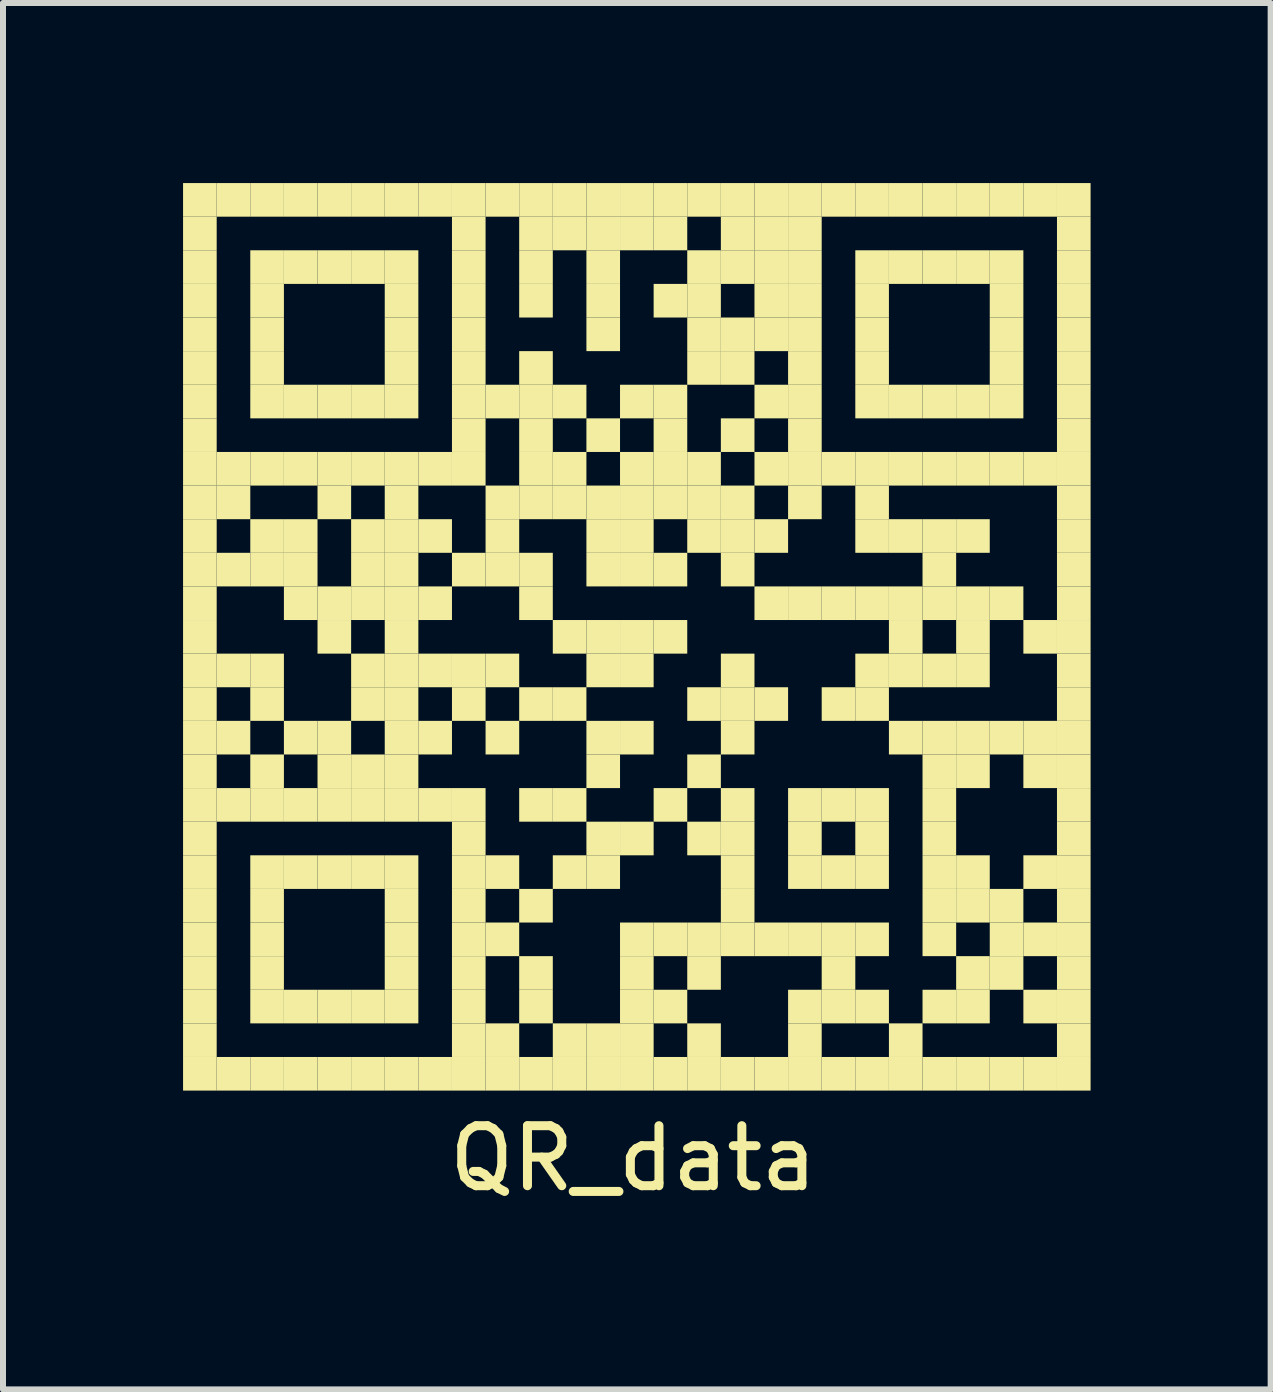
<source format=kicad_pcb>
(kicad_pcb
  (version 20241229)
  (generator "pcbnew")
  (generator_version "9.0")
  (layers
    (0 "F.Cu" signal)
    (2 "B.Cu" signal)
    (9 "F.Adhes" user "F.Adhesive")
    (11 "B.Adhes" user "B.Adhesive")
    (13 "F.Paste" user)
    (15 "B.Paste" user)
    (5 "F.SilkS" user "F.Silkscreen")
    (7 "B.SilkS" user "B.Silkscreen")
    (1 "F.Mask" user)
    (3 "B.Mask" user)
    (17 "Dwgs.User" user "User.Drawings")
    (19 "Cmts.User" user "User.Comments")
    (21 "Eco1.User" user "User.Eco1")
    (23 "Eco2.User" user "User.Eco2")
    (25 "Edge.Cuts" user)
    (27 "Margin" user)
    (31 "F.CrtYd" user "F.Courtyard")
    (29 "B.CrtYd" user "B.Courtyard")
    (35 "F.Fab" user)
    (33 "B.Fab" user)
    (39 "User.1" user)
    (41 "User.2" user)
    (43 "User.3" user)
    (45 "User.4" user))
  (footprint "QR_data"
    (layer "F.Cu")
    (at 7.5 7.5)
    (property "Reference" "QR_data" (at 0 8.75 0) (layer "F.SilkS") (effects (font (size 1 1) (thickness 0.15))))
    (attr exclude_from_pos_files exclude_from_bom allow_missing_courtyard)
    (fp_poly (pts (xy -7.5 -7.5) (xy -7.5 -6.94) (xy -6.94 -6.94) (xy -6.94 -7.5)) (stroke (width 0) (type solid)) (fill yes) (layer "F.SilkS"))
    (fp_poly (pts (xy -7.5 -6.94) (xy -7.5 -6.38) (xy -6.94 -6.38) (xy -6.94 -6.94)) (stroke (width 0) (type solid)) (fill yes) (layer "F.SilkS"))
    (fp_poly (pts (xy -7.5 -6.38) (xy -7.5 -5.82) (xy -6.94 -5.82) (xy -6.94 -6.38)) (stroke (width 0) (type solid)) (fill yes) (layer "F.SilkS"))
    (fp_poly (pts (xy -7.5 -5.82) (xy -7.5 -5.26) (xy -6.94 -5.26) (xy -6.94 -5.82)) (stroke (width 0) (type solid)) (fill yes) (layer "F.SilkS"))
    (fp_poly (pts (xy -7.5 -5.26) (xy -7.5 -4.7) (xy -6.94 -4.7) (xy -6.94 -5.26)) (stroke (width 0) (type solid)) (fill yes) (layer "F.SilkS"))
    (fp_poly (pts (xy -7.5 -4.7) (xy -7.5 -4.14) (xy -6.94 -4.14) (xy -6.94 -4.7)) (stroke (width 0) (type solid)) (fill yes) (layer "F.SilkS"))
    (fp_poly (pts (xy -7.5 -4.14) (xy -7.5 -3.58) (xy -6.94 -3.58) (xy -6.94 -4.14)) (stroke (width 0) (type solid)) (fill yes) (layer "F.SilkS"))
    (fp_poly (pts (xy -7.5 -3.58) (xy -7.5 -3.02) (xy -6.94 -3.02) (xy -6.94 -3.58)) (stroke (width 0) (type solid)) (fill yes) (layer "F.SilkS"))
    (fp_poly (pts (xy -7.5 -3.02) (xy -7.5 -2.46) (xy -6.94 -2.46) (xy -6.94 -3.02)) (stroke (width 0) (type solid)) (fill yes) (layer "F.SilkS"))
    (fp_poly (pts (xy -7.5 -2.46) (xy -7.5 -1.9) (xy -6.94 -1.9) (xy -6.94 -2.46)) (stroke (width 0) (type solid)) (fill yes) (layer "F.SilkS"))
    (fp_poly (pts (xy -7.5 -1.9) (xy -7.5 -1.34) (xy -6.94 -1.34) (xy -6.94 -1.9)) (stroke (width 0) (type solid)) (fill yes) (layer "F.SilkS"))
    (fp_poly (pts (xy -7.5 -1.34) (xy -7.5 -0.78) (xy -6.94 -0.78) (xy -6.94 -1.34)) (stroke (width 0) (type solid)) (fill yes) (layer "F.SilkS"))
    (fp_poly (pts (xy -7.5 -0.78) (xy -7.5 -0.22) (xy -6.94 -0.22) (xy -6.94 -0.78)) (stroke (width 0) (type solid)) (fill yes) (layer "F.SilkS"))
    (fp_poly (pts (xy -7.5 -0.22) (xy -7.5 0.34) (xy -6.94 0.34) (xy -6.94 -0.22)) (stroke (width 0) (type solid)) (fill yes) (layer "F.SilkS"))
    (fp_poly (pts (xy -7.5 0.34) (xy -7.5 0.9) (xy -6.94 0.9) (xy -6.94 0.34)) (stroke (width 0) (type solid)) (fill yes) (layer "F.SilkS"))
    (fp_poly (pts (xy -7.5 0.9) (xy -7.5 1.46) (xy -6.94 1.46) (xy -6.94 0.9)) (stroke (width 0) (type solid)) (fill yes) (layer "F.SilkS"))
    (fp_poly (pts (xy -7.5 1.46) (xy -7.5 2.02) (xy -6.94 2.02) (xy -6.94 1.46)) (stroke (width 0) (type solid)) (fill yes) (layer "F.SilkS"))
    (fp_poly (pts (xy -7.5 2.02) (xy -7.5 2.58) (xy -6.94 2.58) (xy -6.94 2.02)) (stroke (width 0) (type solid)) (fill yes) (layer "F.SilkS"))
    (fp_poly (pts (xy -7.5 2.58) (xy -7.5 3.14) (xy -6.94 3.14) (xy -6.94 2.58)) (stroke (width 0) (type solid)) (fill yes) (layer "F.SilkS"))
    (fp_poly (pts (xy -7.5 3.14) (xy -7.5 3.7) (xy -6.94 3.7) (xy -6.94 3.14)) (stroke (width 0) (type solid)) (fill yes) (layer "F.SilkS"))
    (fp_poly (pts (xy -7.5 3.7) (xy -7.5 4.26) (xy -6.94 4.26) (xy -6.94 3.7)) (stroke (width 0) (type solid)) (fill yes) (layer "F.SilkS"))
    (fp_poly (pts (xy -7.5 4.26) (xy -7.5 4.82) (xy -6.94 4.82) (xy -6.94 4.26)) (stroke (width 0) (type solid)) (fill yes) (layer "F.SilkS"))
    (fp_poly (pts (xy -7.5 4.82) (xy -7.5 5.38) (xy -6.94 5.38) (xy -6.94 4.82)) (stroke (width 0) (type solid)) (fill yes) (layer "F.SilkS"))
    (fp_poly (pts (xy -7.5 5.38) (xy -7.5 5.94) (xy -6.94 5.94) (xy -6.94 5.38)) (stroke (width 0) (type solid)) (fill yes) (layer "F.SilkS"))
    (fp_poly (pts (xy -7.5 5.94) (xy -7.5 6.5) (xy -6.94 6.5) (xy -6.94 5.94)) (stroke (width 0) (type solid)) (fill yes) (layer "F.SilkS"))
    (fp_poly (pts (xy -7.5 6.5) (xy -7.5 7.06) (xy -6.94 7.06) (xy -6.94 6.5)) (stroke (width 0) (type solid)) (fill yes) (layer "F.SilkS"))
    (fp_poly (pts (xy -7.5 7.06) (xy -7.5 7.62) (xy -6.94 7.62) (xy -6.94 7.06)) (stroke (width 0) (type solid)) (fill yes) (layer "F.SilkS"))
    (fp_poly (pts (xy -6.94 -7.5) (xy -6.94 -6.94) (xy -6.38 -6.94) (xy -6.38 -7.5)) (stroke (width 0) (type solid)) (fill yes) (layer "F.SilkS"))
    (fp_poly (pts (xy -6.94 -3.02) (xy -6.94 -2.46) (xy -6.38 -2.46) (xy -6.38 -3.02)) (stroke (width 0) (type solid)) (fill yes) (layer "F.SilkS"))
    (fp_poly (pts (xy -6.94 -2.46) (xy -6.94 -1.9) (xy -6.38 -1.9) (xy -6.38 -2.46)) (stroke (width 0) (type solid)) (fill yes) (layer "F.SilkS"))
    (fp_poly (pts (xy -6.94 -1.34) (xy -6.94 -0.78) (xy -6.38 -0.78) (xy -6.38 -1.34)) (stroke (width 0) (type solid)) (fill yes) (layer "F.SilkS"))
    (fp_poly (pts (xy -6.94 0.34) (xy -6.94 0.9) (xy -6.38 0.9) (xy -6.38 0.34)) (stroke (width 0) (type solid)) (fill yes) (layer "F.SilkS"))
    (fp_poly (pts (xy -6.94 1.46) (xy -6.94 2.02) (xy -6.38 2.02) (xy -6.38 1.46)) (stroke (width 0) (type solid)) (fill yes) (layer "F.SilkS"))
    (fp_poly (pts (xy -6.94 2.58) (xy -6.94 3.14) (xy -6.38 3.14) (xy -6.38 2.58)) (stroke (width 0) (type solid)) (fill yes) (layer "F.SilkS"))
    (fp_poly (pts (xy -6.94 7.06) (xy -6.94 7.62) (xy -6.38 7.62) (xy -6.38 7.06)) (stroke (width 0) (type solid)) (fill yes) (layer "F.SilkS"))
    (fp_poly (pts (xy -6.38 -7.5) (xy -6.38 -6.94) (xy -5.82 -6.94) (xy -5.82 -7.5)) (stroke (width 0) (type solid)) (fill yes) (layer "F.SilkS"))
    (fp_poly (pts (xy -6.38 -6.38) (xy -6.38 -5.82) (xy -5.82 -5.82) (xy -5.82 -6.38)) (stroke (width 0) (type solid)) (fill yes) (layer "F.SilkS"))
    (fp_poly (pts (xy -6.38 -5.82) (xy -6.38 -5.26) (xy -5.82 -5.26) (xy -5.82 -5.82)) (stroke (width 0) (type solid)) (fill yes) (layer "F.SilkS"))
    (fp_poly (pts (xy -6.38 -5.26) (xy -6.38 -4.7) (xy -5.82 -4.7) (xy -5.82 -5.26)) (stroke (width 0) (type solid)) (fill yes) (layer "F.SilkS"))
    (fp_poly (pts (xy -6.38 -4.7) (xy -6.38 -4.14) (xy -5.82 -4.14) (xy -5.82 -4.7)) (stroke (width 0) (type solid)) (fill yes) (layer "F.SilkS"))
    (fp_poly (pts (xy -6.38 -4.14) (xy -6.38 -3.58) (xy -5.82 -3.58) (xy -5.82 -4.14)) (stroke (width 0) (type solid)) (fill yes) (layer "F.SilkS"))
    (fp_poly (pts (xy -6.38 -3.02) (xy -6.38 -2.46) (xy -5.82 -2.46) (xy -5.82 -3.02)) (stroke (width 0) (type solid)) (fill yes) (layer "F.SilkS"))
    (fp_poly (pts (xy -6.38 -1.9) (xy -6.38 -1.34) (xy -5.82 -1.34) (xy -5.82 -1.9)) (stroke (width 0) (type solid)) (fill yes) (layer "F.SilkS"))
    (fp_poly (pts (xy -6.38 -1.34) (xy -6.38 -0.78) (xy -5.82 -0.78) (xy -5.82 -1.34)) (stroke (width 0) (type solid)) (fill yes) (layer "F.SilkS"))
    (fp_poly (pts (xy -6.38 0.34) (xy -6.38 0.9) (xy -5.82 0.9) (xy -5.82 0.34)) (stroke (width 0) (type solid)) (fill yes) (layer "F.SilkS"))
    (fp_poly (pts (xy -6.38 0.9) (xy -6.38 1.46) (xy -5.82 1.46) (xy -5.82 0.9)) (stroke (width 0) (type solid)) (fill yes) (layer "F.SilkS"))
    (fp_poly (pts (xy -6.38 2.02) (xy -6.38 2.58) (xy -5.82 2.58) (xy -5.82 2.02)) (stroke (width 0) (type solid)) (fill yes) (layer "F.SilkS"))
    (fp_poly (pts (xy -6.38 2.58) (xy -6.38 3.14) (xy -5.82 3.14) (xy -5.82 2.58)) (stroke (width 0) (type solid)) (fill yes) (layer "F.SilkS"))
    (fp_poly (pts (xy -6.38 3.7) (xy -6.38 4.26) (xy -5.82 4.26) (xy -5.82 3.7)) (stroke (width 0) (type solid)) (fill yes) (layer "F.SilkS"))
    (fp_poly (pts (xy -6.38 4.26) (xy -6.38 4.82) (xy -5.82 4.82) (xy -5.82 4.26)) (stroke (width 0) (type solid)) (fill yes) (layer "F.SilkS"))
    (fp_poly (pts (xy -6.38 4.82) (xy -6.38 5.38) (xy -5.82 5.38) (xy -5.82 4.82)) (stroke (width 0) (type solid)) (fill yes) (layer "F.SilkS"))
    (fp_poly (pts (xy -6.38 5.38) (xy -6.38 5.94) (xy -5.82 5.94) (xy -5.82 5.38)) (stroke (width 0) (type solid)) (fill yes) (layer "F.SilkS"))
    (fp_poly (pts (xy -6.38 5.94) (xy -6.38 6.5) (xy -5.82 6.5) (xy -5.82 5.94)) (stroke (width 0) (type solid)) (fill yes) (layer "F.SilkS"))
    (fp_poly (pts (xy -6.38 7.06) (xy -6.38 7.62) (xy -5.82 7.62) (xy -5.82 7.06)) (stroke (width 0) (type solid)) (fill yes) (layer "F.SilkS"))
    (fp_poly (pts (xy -5.82 -7.5) (xy -5.82 -6.94) (xy -5.26 -6.94) (xy -5.26 -7.5)) (stroke (width 0) (type solid)) (fill yes) (layer "F.SilkS"))
    (fp_poly (pts (xy -5.82 -6.38) (xy -5.82 -5.82) (xy -5.26 -5.82) (xy -5.26 -6.38)) (stroke (width 0) (type solid)) (fill yes) (layer "F.SilkS"))
    (fp_poly (pts (xy -5.82 -4.14) (xy -5.82 -3.58) (xy -5.26 -3.58) (xy -5.26 -4.14)) (stroke (width 0) (type solid)) (fill yes) (layer "F.SilkS"))
    (fp_poly (pts (xy -5.82 -3.02) (xy -5.82 -2.46) (xy -5.26 -2.46) (xy -5.26 -3.02)) (stroke (width 0) (type solid)) (fill yes) (layer "F.SilkS"))
    (fp_poly (pts (xy -5.82 -1.9) (xy -5.82 -1.34) (xy -5.26 -1.34) (xy -5.26 -1.9)) (stroke (width 0) (type solid)) (fill yes) (layer "F.SilkS"))
    (fp_poly (pts (xy -5.82 -1.34) (xy -5.82 -0.78) (xy -5.26 -0.78) (xy -5.26 -1.34)) (stroke (width 0) (type solid)) (fill yes) (layer "F.SilkS"))
    (fp_poly (pts (xy -5.82 -0.78) (xy -5.82 -0.22) (xy -5.26 -0.22) (xy -5.26 -0.78)) (stroke (width 0) (type solid)) (fill yes) (layer "F.SilkS"))
    (fp_poly (pts (xy -5.82 1.46) (xy -5.82 2.02) (xy -5.26 2.02) (xy -5.26 1.46)) (stroke (width 0) (type solid)) (fill yes) (layer "F.SilkS"))
    (fp_poly (pts (xy -5.82 2.58) (xy -5.82 3.14) (xy -5.26 3.14) (xy -5.26 2.58)) (stroke (width 0) (type solid)) (fill yes) (layer "F.SilkS"))
    (fp_poly (pts (xy -5.82 3.7) (xy -5.82 4.26) (xy -5.26 4.26) (xy -5.26 3.7)) (stroke (width 0) (type solid)) (fill yes) (layer "F.SilkS"))
    (fp_poly (pts (xy -5.82 5.94) (xy -5.82 6.5) (xy -5.26 6.5) (xy -5.26 5.94)) (stroke (width 0) (type solid)) (fill yes) (layer "F.SilkS"))
    (fp_poly (pts (xy -5.82 7.06) (xy -5.82 7.62) (xy -5.26 7.62) (xy -5.26 7.06)) (stroke (width 0) (type solid)) (fill yes) (layer "F.SilkS"))
    (fp_poly (pts (xy -5.26 -7.5) (xy -5.26 -6.94) (xy -4.7 -6.94) (xy -4.7 -7.5)) (stroke (width 0) (type solid)) (fill yes) (layer "F.SilkS"))
    (fp_poly (pts (xy -5.26 -6.38) (xy -5.26 -5.82) (xy -4.7 -5.82) (xy -4.7 -6.38)) (stroke (width 0) (type solid)) (fill yes) (layer "F.SilkS"))
    (fp_poly (pts (xy -5.26 -4.14) (xy -5.26 -3.58) (xy -4.7 -3.58) (xy -4.7 -4.14)) (stroke (width 0) (type solid)) (fill yes) (layer "F.SilkS"))
    (fp_poly (pts (xy -5.26 -3.02) (xy -5.26 -2.46) (xy -4.7 -2.46) (xy -4.7 -3.02)) (stroke (width 0) (type solid)) (fill yes) (layer "F.SilkS"))
    (fp_poly (pts (xy -5.26 -2.46) (xy -5.26 -1.9) (xy -4.7 -1.9) (xy -4.7 -2.46)) (stroke (width 0) (type solid)) (fill yes) (layer "F.SilkS"))
    (fp_poly (pts (xy -5.26 -0.78) (xy -5.26 -0.22) (xy -4.7 -0.22) (xy -4.7 -0.78)) (stroke (width 0) (type solid)) (fill yes) (layer "F.SilkS"))
    (fp_poly (pts (xy -5.26 -0.22) (xy -5.26 0.34) (xy -4.7 0.34) (xy -4.7 -0.22)) (stroke (width 0) (type solid)) (fill yes) (layer "F.SilkS"))
    (fp_poly (pts (xy -5.26 1.46) (xy -5.26 2.02) (xy -4.7 2.02) (xy -4.7 1.46)) (stroke (width 0) (type solid)) (fill yes) (layer "F.SilkS"))
    (fp_poly (pts (xy -5.26 2.02) (xy -5.26 2.58) (xy -4.7 2.58) (xy -4.7 2.02)) (stroke (width 0) (type solid)) (fill yes) (layer "F.SilkS"))
    (fp_poly (pts (xy -5.26 2.58) (xy -5.26 3.14) (xy -4.7 3.14) (xy -4.7 2.58)) (stroke (width 0) (type solid)) (fill yes) (layer "F.SilkS"))
    (fp_poly (pts (xy -5.26 3.7) (xy -5.26 4.26) (xy -4.7 4.26) (xy -4.7 3.7)) (stroke (width 0) (type solid)) (fill yes) (layer "F.SilkS"))
    (fp_poly (pts (xy -5.26 5.94) (xy -5.26 6.5) (xy -4.7 6.5) (xy -4.7 5.94)) (stroke (width 0) (type solid)) (fill yes) (layer "F.SilkS"))
    (fp_poly (pts (xy -5.26 7.06) (xy -5.26 7.62) (xy -4.7 7.62) (xy -4.7 7.06)) (stroke (width 0) (type solid)) (fill yes) (layer "F.SilkS"))
    (fp_poly (pts (xy -4.7 -7.5) (xy -4.7 -6.94) (xy -4.14 -6.94) (xy -4.14 -7.5)) (stroke (width 0) (type solid)) (fill yes) (layer "F.SilkS"))
    (fp_poly (pts (xy -4.7 -6.38) (xy -4.7 -5.82) (xy -4.14 -5.82) (xy -4.14 -6.38)) (stroke (width 0) (type solid)) (fill yes) (layer "F.SilkS"))
    (fp_poly (pts (xy -4.7 -4.14) (xy -4.7 -3.58) (xy -4.14 -3.58) (xy -4.14 -4.14)) (stroke (width 0) (type solid)) (fill yes) (layer "F.SilkS"))
    (fp_poly (pts (xy -4.7 -3.02) (xy -4.7 -2.46) (xy -4.14 -2.46) (xy -4.14 -3.02)) (stroke (width 0) (type solid)) (fill yes) (layer "F.SilkS"))
    (fp_poly (pts (xy -4.7 -1.9) (xy -4.7 -1.34) (xy -4.14 -1.34) (xy -4.14 -1.9)) (stroke (width 0) (type solid)) (fill yes) (layer "F.SilkS"))
    (fp_poly (pts (xy -4.7 -1.34) (xy -4.7 -0.78) (xy -4.14 -0.78) (xy -4.14 -1.34)) (stroke (width 0) (type solid)) (fill yes) (layer "F.SilkS"))
    (fp_poly (pts (xy -4.7 -0.78) (xy -4.7 -0.22) (xy -4.14 -0.22) (xy -4.14 -0.78)) (stroke (width 0) (type solid)) (fill yes) (layer "F.SilkS"))
    (fp_poly (pts (xy -4.7 0.34) (xy -4.7 0.9) (xy -4.14 0.9) (xy -4.14 0.34)) (stroke (width 0) (type solid)) (fill yes) (layer "F.SilkS"))
    (fp_poly (pts (xy -4.7 0.9) (xy -4.7 1.46) (xy -4.14 1.46) (xy -4.14 0.9)) (stroke (width 0) (type solid)) (fill yes) (layer "F.SilkS"))
    (fp_poly (pts (xy -4.7 2.02) (xy -4.7 2.58) (xy -4.14 2.58) (xy -4.14 2.02)) (stroke (width 0) (type solid)) (fill yes) (layer "F.SilkS"))
    (fp_poly (pts (xy -4.7 2.58) (xy -4.7 3.14) (xy -4.14 3.14) (xy -4.14 2.58)) (stroke (width 0) (type solid)) (fill yes) (layer "F.SilkS"))
    (fp_poly (pts (xy -4.7 3.7) (xy -4.7 4.26) (xy -4.14 4.26) (xy -4.14 3.7)) (stroke (width 0) (type solid)) (fill yes) (layer "F.SilkS"))
    (fp_poly (pts (xy -4.7 5.94) (xy -4.7 6.5) (xy -4.14 6.5) (xy -4.14 5.94)) (stroke (width 0) (type solid)) (fill yes) (layer "F.SilkS"))
    (fp_poly (pts (xy -4.7 7.06) (xy -4.7 7.62) (xy -4.14 7.62) (xy -4.14 7.06)) (stroke (width 0) (type solid)) (fill yes) (layer "F.SilkS"))
    (fp_poly (pts (xy -4.14 -7.5) (xy -4.14 -6.94) (xy -3.58 -6.94) (xy -3.58 -7.5)) (stroke (width 0) (type solid)) (fill yes) (layer "F.SilkS"))
    (fp_poly (pts (xy -4.14 -6.38) (xy -4.14 -5.82) (xy -3.58 -5.82) (xy -3.58 -6.38)) (stroke (width 0) (type solid)) (fill yes) (layer "F.SilkS"))
    (fp_poly (pts (xy -4.14 -5.82) (xy -4.14 -5.26) (xy -3.58 -5.26) (xy -3.58 -5.82)) (stroke (width 0) (type solid)) (fill yes) (layer "F.SilkS"))
    (fp_poly (pts (xy -4.14 -5.26) (xy -4.14 -4.7) (xy -3.58 -4.7) (xy -3.58 -5.26)) (stroke (width 0) (type solid)) (fill yes) (layer "F.SilkS"))
    (fp_poly (pts (xy -4.14 -4.7) (xy -4.14 -4.14) (xy -3.58 -4.14) (xy -3.58 -4.7)) (stroke (width 0) (type solid)) (fill yes) (layer "F.SilkS"))
    (fp_poly (pts (xy -4.14 -4.14) (xy -4.14 -3.58) (xy -3.58 -3.58) (xy -3.58 -4.14)) (stroke (width 0) (type solid)) (fill yes) (layer "F.SilkS"))
    (fp_poly (pts (xy -4.14 -3.02) (xy -4.14 -2.46) (xy -3.58 -2.46) (xy -3.58 -3.02)) (stroke (width 0) (type solid)) (fill yes) (layer "F.SilkS"))
    (fp_poly (pts (xy -4.14 -2.46) (xy -4.14 -1.9) (xy -3.58 -1.9) (xy -3.58 -2.46)) (stroke (width 0) (type solid)) (fill yes) (layer "F.SilkS"))
    (fp_poly (pts (xy -4.14 -1.9) (xy -4.14 -1.34) (xy -3.58 -1.34) (xy -3.58 -1.9)) (stroke (width 0) (type solid)) (fill yes) (layer "F.SilkS"))
    (fp_poly (pts (xy -4.14 -1.34) (xy -4.14 -0.78) (xy -3.58 -0.78) (xy -3.58 -1.34)) (stroke (width 0) (type solid)) (fill yes) (layer "F.SilkS"))
    (fp_poly (pts (xy -4.14 -0.78) (xy -4.14 -0.22) (xy -3.58 -0.22) (xy -3.58 -0.78)) (stroke (width 0) (type solid)) (fill yes) (layer "F.SilkS"))
    (fp_poly (pts (xy -4.14 -0.22) (xy -4.14 0.34) (xy -3.58 0.34) (xy -3.58 -0.22)) (stroke (width 0) (type solid)) (fill yes) (layer "F.SilkS"))
    (fp_poly (pts (xy -4.14 0.34) (xy -4.14 0.9) (xy -3.58 0.9) (xy -3.58 0.34)) (stroke (width 0) (type solid)) (fill yes) (layer "F.SilkS"))
    (fp_poly (pts (xy -4.14 0.9) (xy -4.14 1.46) (xy -3.58 1.46) (xy -3.58 0.9)) (stroke (width 0) (type solid)) (fill yes) (layer "F.SilkS"))
    (fp_poly (pts (xy -4.14 1.46) (xy -4.14 2.02) (xy -3.58 2.02) (xy -3.58 1.46)) (stroke (width 0) (type solid)) (fill yes) (layer "F.SilkS"))
    (fp_poly (pts (xy -4.14 2.02) (xy -4.14 2.58) (xy -3.58 2.58) (xy -3.58 2.02)) (stroke (width 0) (type solid)) (fill yes) (layer "F.SilkS"))
    (fp_poly (pts (xy -4.14 2.58) (xy -4.14 3.14) (xy -3.58 3.14) (xy -3.58 2.58)) (stroke (width 0) (type solid)) (fill yes) (layer "F.SilkS"))
    (fp_poly (pts (xy -4.14 3.7) (xy -4.14 4.26) (xy -3.58 4.26) (xy -3.58 3.7)) (stroke (width 0) (type solid)) (fill yes) (layer "F.SilkS"))
    (fp_poly (pts (xy -4.14 4.26) (xy -4.14 4.82) (xy -3.58 4.82) (xy -3.58 4.26)) (stroke (width 0) (type solid)) (fill yes) (layer "F.SilkS"))
    (fp_poly (pts (xy -4.14 4.82) (xy -4.14 5.38) (xy -3.58 5.38) (xy -3.58 4.82)) (stroke (width 0) (type solid)) (fill yes) (layer "F.SilkS"))
    (fp_poly (pts (xy -4.14 5.38) (xy -4.14 5.94) (xy -3.58 5.94) (xy -3.58 5.38)) (stroke (width 0) (type solid)) (fill yes) (layer "F.SilkS"))
    (fp_poly (pts (xy -4.14 5.94) (xy -4.14 6.5) (xy -3.58 6.5) (xy -3.58 5.94)) (stroke (width 0) (type solid)) (fill yes) (layer "F.SilkS"))
    (fp_poly (pts (xy -4.14 7.06) (xy -4.14 7.62) (xy -3.58 7.62) (xy -3.58 7.06)) (stroke (width 0) (type solid)) (fill yes) (layer "F.SilkS"))
    (fp_poly (pts (xy -3.58 -7.5) (xy -3.58 -6.94) (xy -3.02 -6.94) (xy -3.02 -7.5)) (stroke (width 0) (type solid)) (fill yes) (layer "F.SilkS"))
    (fp_poly (pts (xy -3.58 -3.02) (xy -3.58 -2.46) (xy -3.02 -2.46) (xy -3.02 -3.02)) (stroke (width 0) (type solid)) (fill yes) (layer "F.SilkS"))
    (fp_poly (pts (xy -3.58 -1.9) (xy -3.58 -1.34) (xy -3.02 -1.34) (xy -3.02 -1.9)) (stroke (width 0) (type solid)) (fill yes) (layer "F.SilkS"))
    (fp_poly (pts (xy -3.58 -0.78) (xy -3.58 -0.22) (xy -3.02 -0.22) (xy -3.02 -0.78)) (stroke (width 0) (type solid)) (fill yes) (layer "F.SilkS"))
    (fp_poly (pts (xy -3.58 0.34) (xy -3.58 0.9) (xy -3.02 0.9) (xy -3.02 0.34)) (stroke (width 0) (type solid)) (fill yes) (layer "F.SilkS"))
    (fp_poly (pts (xy -3.58 1.46) (xy -3.58 2.02) (xy -3.02 2.02) (xy -3.02 1.46)) (stroke (width 0) (type solid)) (fill yes) (layer "F.SilkS"))
    (fp_poly (pts (xy -3.58 2.58) (xy -3.58 3.14) (xy -3.02 3.14) (xy -3.02 2.58)) (stroke (width 0) (type solid)) (fill yes) (layer "F.SilkS"))
    (fp_poly (pts (xy -3.58 7.06) (xy -3.58 7.62) (xy -3.02 7.62) (xy -3.02 7.06)) (stroke (width 0) (type solid)) (fill yes) (layer "F.SilkS"))
    (fp_poly (pts (xy -3.02 -7.5) (xy -3.02 -6.94) (xy -2.46 -6.94) (xy -2.46 -7.5)) (stroke (width 0) (type solid)) (fill yes) (layer "F.SilkS"))
    (fp_poly (pts (xy -3.02 -6.94) (xy -3.02 -6.38) (xy -2.46 -6.38) (xy -2.46 -6.94)) (stroke (width 0) (type solid)) (fill yes) (layer "F.SilkS"))
    (fp_poly (pts (xy -3.02 -6.38) (xy -3.02 -5.82) (xy -2.46 -5.82) (xy -2.46 -6.38)) (stroke (width 0) (type solid)) (fill yes) (layer "F.SilkS"))
    (fp_poly (pts (xy -3.02 -5.82) (xy -3.02 -5.26) (xy -2.46 -5.26) (xy -2.46 -5.82)) (stroke (width 0) (type solid)) (fill yes) (layer "F.SilkS"))
    (fp_poly (pts (xy -3.02 -5.26) (xy -3.02 -4.7) (xy -2.46 -4.7) (xy -2.46 -5.26)) (stroke (width 0) (type solid)) (fill yes) (layer "F.SilkS"))
    (fp_poly (pts (xy -3.02 -4.7) (xy -3.02 -4.14) (xy -2.46 -4.14) (xy -2.46 -4.7)) (stroke (width 0) (type solid)) (fill yes) (layer "F.SilkS"))
    (fp_poly (pts (xy -3.02 -4.14) (xy -3.02 -3.58) (xy -2.46 -3.58) (xy -2.46 -4.14)) (stroke (width 0) (type solid)) (fill yes) (layer "F.SilkS"))
    (fp_poly (pts (xy -3.02 -3.58) (xy -3.02 -3.02) (xy -2.46 -3.02) (xy -2.46 -3.58)) (stroke (width 0) (type solid)) (fill yes) (layer "F.SilkS"))
    (fp_poly (pts (xy -3.02 -3.02) (xy -3.02 -2.46) (xy -2.46 -2.46) (xy -2.46 -3.02)) (stroke (width 0) (type solid)) (fill yes) (layer "F.SilkS"))
    (fp_poly (pts (xy -3.02 -1.34) (xy -3.02 -0.78) (xy -2.46 -0.78) (xy -2.46 -1.34)) (stroke (width 0) (type solid)) (fill yes) (layer "F.SilkS"))
    (fp_poly (pts (xy -3.02 0.34) (xy -3.02 0.9) (xy -2.46 0.9) (xy -2.46 0.34)) (stroke (width 0) (type solid)) (fill yes) (layer "F.SilkS"))
    (fp_poly (pts (xy -3.02 0.9) (xy -3.02 1.46) (xy -2.46 1.46) (xy -2.46 0.9)) (stroke (width 0) (type solid)) (fill yes) (layer "F.SilkS"))
    (fp_poly (pts (xy -3.02 2.58) (xy -3.02 3.14) (xy -2.46 3.14) (xy -2.46 2.58)) (stroke (width 0) (type solid)) (fill yes) (layer "F.SilkS"))
    (fp_poly (pts (xy -3.02 3.14) (xy -3.02 3.7) (xy -2.46 3.7) (xy -2.46 3.14)) (stroke (width 0) (type solid)) (fill yes) (layer "F.SilkS"))
    (fp_poly (pts (xy -3.02 3.7) (xy -3.02 4.26) (xy -2.46 4.26) (xy -2.46 3.7)) (stroke (width 0) (type solid)) (fill yes) (layer "F.SilkS"))
    (fp_poly (pts (xy -3.02 4.26) (xy -3.02 4.82) (xy -2.46 4.82) (xy -2.46 4.26)) (stroke (width 0) (type solid)) (fill yes) (layer "F.SilkS"))
    (fp_poly (pts (xy -3.02 4.82) (xy -3.02 5.38) (xy -2.46 5.38) (xy -2.46 4.82)) (stroke (width 0) (type solid)) (fill yes) (layer "F.SilkS"))
    (fp_poly (pts (xy -3.02 5.38) (xy -3.02 5.94) (xy -2.46 5.94) (xy -2.46 5.38)) (stroke (width 0) (type solid)) (fill yes) (layer "F.SilkS"))
    (fp_poly (pts (xy -3.02 5.94) (xy -3.02 6.5) (xy -2.46 6.5) (xy -2.46 5.94)) (stroke (width 0) (type solid)) (fill yes) (layer "F.SilkS"))
    (fp_poly (pts (xy -3.02 6.5) (xy -3.02 7.06) (xy -2.46 7.06) (xy -2.46 6.5)) (stroke (width 0) (type solid)) (fill yes) (layer "F.SilkS"))
    (fp_poly (pts (xy -3.02 7.06) (xy -3.02 7.62) (xy -2.46 7.62) (xy -2.46 7.06)) (stroke (width 0) (type solid)) (fill yes) (layer "F.SilkS"))
    (fp_poly (pts (xy -2.46 -7.5) (xy -2.46 -6.94) (xy -1.9 -6.94) (xy -1.9 -7.5)) (stroke (width 0) (type solid)) (fill yes) (layer "F.SilkS"))
    (fp_poly (pts (xy -2.46 -4.14) (xy -2.46 -3.58) (xy -1.9 -3.58) (xy -1.9 -4.14)) (stroke (width 0) (type solid)) (fill yes) (layer "F.SilkS"))
    (fp_poly (pts (xy -2.46 -2.46) (xy -2.46 -1.9) (xy -1.9 -1.9) (xy -1.9 -2.46)) (stroke (width 0) (type solid)) (fill yes) (layer "F.SilkS"))
    (fp_poly (pts (xy -2.46 -1.9) (xy -2.46 -1.34) (xy -1.9 -1.34) (xy -1.9 -1.9)) (stroke (width 0) (type solid)) (fill yes) (layer "F.SilkS"))
    (fp_poly (pts (xy -2.46 -1.34) (xy -2.46 -0.78) (xy -1.9 -0.78) (xy -1.9 -1.34)) (stroke (width 0) (type solid)) (fill yes) (layer "F.SilkS"))
    (fp_poly (pts (xy -2.46 0.34) (xy -2.46 0.9) (xy -1.9 0.9) (xy -1.9 0.34)) (stroke (width 0) (type solid)) (fill yes) (layer "F.SilkS"))
    (fp_poly (pts (xy -2.46 1.46) (xy -2.46 2.02) (xy -1.9 2.02) (xy -1.9 1.46)) (stroke (width 0) (type solid)) (fill yes) (layer "F.SilkS"))
    (fp_poly (pts (xy -2.46 3.7) (xy -2.46 4.26) (xy -1.9 4.26) (xy -1.9 3.7)) (stroke (width 0) (type solid)) (fill yes) (layer "F.SilkS"))
    (fp_poly (pts (xy -2.46 4.82) (xy -2.46 5.38) (xy -1.9 5.38) (xy -1.9 4.82)) (stroke (width 0) (type solid)) (fill yes) (layer "F.SilkS"))
    (fp_poly (pts (xy -2.46 6.5) (xy -2.46 7.06) (xy -1.9 7.06) (xy -1.9 6.5)) (stroke (width 0) (type solid)) (fill yes) (layer "F.SilkS"))
    (fp_poly (pts (xy -2.46 7.06) (xy -2.46 7.62) (xy -1.9 7.62) (xy -1.9 7.06)) (stroke (width 0) (type solid)) (fill yes) (layer "F.SilkS"))
    (fp_poly (pts (xy -1.9 -7.5) (xy -1.9 -6.94) (xy -1.34 -6.94) (xy -1.34 -7.5)) (stroke (width 0) (type solid)) (fill yes) (layer "F.SilkS"))
    (fp_poly (pts (xy -1.9 -6.94) (xy -1.9 -6.38) (xy -1.34 -6.38) (xy -1.34 -6.94)) (stroke (width 0) (type solid)) (fill yes) (layer "F.SilkS"))
    (fp_poly (pts (xy -1.9 -6.38) (xy -1.9 -5.82) (xy -1.34 -5.82) (xy -1.34 -6.38)) (stroke (width 0) (type solid)) (fill yes) (layer "F.SilkS"))
    (fp_poly (pts (xy -1.9 -5.82) (xy -1.9 -5.26) (xy -1.34 -5.26) (xy -1.34 -5.82)) (stroke (width 0) (type solid)) (fill yes) (layer "F.SilkS"))
    (fp_poly (pts (xy -1.9 -4.7) (xy -1.9 -4.14) (xy -1.34 -4.14) (xy -1.34 -4.7)) (stroke (width 0) (type solid)) (fill yes) (layer "F.SilkS"))
    (fp_poly (pts (xy -1.9 -4.14) (xy -1.9 -3.58) (xy -1.34 -3.58) (xy -1.34 -4.14)) (stroke (width 0) (type solid)) (fill yes) (layer "F.SilkS"))
    (fp_poly (pts (xy -1.9 -3.58) (xy -1.9 -3.02) (xy -1.34 -3.02) (xy -1.34 -3.58)) (stroke (width 0) (type solid)) (fill yes) (layer "F.SilkS"))
    (fp_poly (pts (xy -1.9 -3.02) (xy -1.9 -2.46) (xy -1.34 -2.46) (xy -1.34 -3.02)) (stroke (width 0) (type solid)) (fill yes) (layer "F.SilkS"))
    (fp_poly (pts (xy -1.9 -2.46) (xy -1.9 -1.9) (xy -1.34 -1.9) (xy -1.34 -2.46)) (stroke (width 0) (type solid)) (fill yes) (layer "F.SilkS"))
    (fp_poly (pts (xy -1.9 -1.34) (xy -1.9 -0.78) (xy -1.34 -0.78) (xy -1.34 -1.34)) (stroke (width 0) (type solid)) (fill yes) (layer "F.SilkS"))
    (fp_poly (pts (xy -1.9 -0.78) (xy -1.9 -0.22) (xy -1.34 -0.22) (xy -1.34 -0.78)) (stroke (width 0) (type solid)) (fill yes) (layer "F.SilkS"))
    (fp_poly (pts (xy -1.9 0.9) (xy -1.9 1.46) (xy -1.34 1.46) (xy -1.34 0.9)) (stroke (width 0) (type solid)) (fill yes) (layer "F.SilkS"))
    (fp_poly (pts (xy -1.9 2.58) (xy -1.9 3.14) (xy -1.34 3.14) (xy -1.34 2.58)) (stroke (width 0) (type solid)) (fill yes) (layer "F.SilkS"))
    (fp_poly (pts (xy -1.9 4.26) (xy -1.9 4.82) (xy -1.34 4.82) (xy -1.34 4.26)) (stroke (width 0) (type solid)) (fill yes) (layer "F.SilkS"))
    (fp_poly (pts (xy -1.9 5.38) (xy -1.9 5.94) (xy -1.34 5.94) (xy -1.34 5.38)) (stroke (width 0) (type solid)) (fill yes) (layer "F.SilkS"))
    (fp_poly (pts (xy -1.9 5.94) (xy -1.9 6.5) (xy -1.34 6.5) (xy -1.34 5.94)) (stroke (width 0) (type solid)) (fill yes) (layer "F.SilkS"))
    (fp_poly (pts (xy -1.9 7.06) (xy -1.9 7.62) (xy -1.34 7.62) (xy -1.34 7.06)) (stroke (width 0) (type solid)) (fill yes) (layer "F.SilkS"))
    (fp_poly (pts (xy -1.34 -7.5) (xy -1.34 -6.94) (xy -0.78 -6.94) (xy -0.78 -7.5)) (stroke (width 0) (type solid)) (fill yes) (layer "F.SilkS"))
    (fp_poly (pts (xy -1.34 -6.94) (xy -1.34 -6.38) (xy -0.78 -6.38) (xy -0.78 -6.94)) (stroke (width 0) (type solid)) (fill yes) (layer "F.SilkS"))
    (fp_poly (pts (xy -1.34 -4.14) (xy -1.34 -3.58) (xy -0.78 -3.58) (xy -0.78 -4.14)) (stroke (width 0) (type solid)) (fill yes) (layer "F.SilkS"))
    (fp_poly (pts (xy -1.34 -3.02) (xy -1.34 -2.46) (xy -0.78 -2.46) (xy -0.78 -3.02)) (stroke (width 0) (type solid)) (fill yes) (layer "F.SilkS"))
    (fp_poly (pts (xy -1.34 -2.46) (xy -1.34 -1.9) (xy -0.78 -1.9) (xy -0.78 -2.46)) (stroke (width 0) (type solid)) (fill yes) (layer "F.SilkS"))
    (fp_poly (pts (xy -1.34 -0.22) (xy -1.34 0.34) (xy -0.78 0.34) (xy -0.78 -0.22)) (stroke (width 0) (type solid)) (fill yes) (layer "F.SilkS"))
    (fp_poly (pts (xy -1.34 0.9) (xy -1.34 1.46) (xy -0.78 1.46) (xy -0.78 0.9)) (stroke (width 0) (type solid)) (fill yes) (layer "F.SilkS"))
    (fp_poly (pts (xy -1.34 2.58) (xy -1.34 3.14) (xy -0.78 3.14) (xy -0.78 2.58)) (stroke (width 0) (type solid)) (fill yes) (layer "F.SilkS"))
    (fp_poly (pts (xy -1.34 3.7) (xy -1.34 4.26) (xy -0.78 4.26) (xy -0.78 3.7)) (stroke (width 0) (type solid)) (fill yes) (layer "F.SilkS"))
    (fp_poly (pts (xy -1.34 6.5) (xy -1.34 7.06) (xy -0.78 7.06) (xy -0.78 6.5)) (stroke (width 0) (type solid)) (fill yes) (layer "F.SilkS"))
    (fp_poly (pts (xy -1.34 7.06) (xy -1.34 7.62) (xy -0.78 7.62) (xy -0.78 7.06)) (stroke (width 0) (type solid)) (fill yes) (layer "F.SilkS"))
    (fp_poly (pts (xy -0.78 -7.5) (xy -0.78 -6.94) (xy -0.22 -6.94) (xy -0.22 -7.5)) (stroke (width 0) (type solid)) (fill yes) (layer "F.SilkS"))
    (fp_poly (pts (xy -0.78 -6.94) (xy -0.78 -6.38) (xy -0.22 -6.38) (xy -0.22 -6.94)) (stroke (width 0) (type solid)) (fill yes) (layer "F.SilkS"))
    (fp_poly (pts (xy -0.78 -6.38) (xy -0.78 -5.82) (xy -0.22 -5.82) (xy -0.22 -6.38)) (stroke (width 0) (type solid)) (fill yes) (layer "F.SilkS"))
    (fp_poly (pts (xy -0.78 -5.82) (xy -0.78 -5.26) (xy -0.22 -5.26) (xy -0.22 -5.82)) (stroke (width 0) (type solid)) (fill yes) (layer "F.SilkS"))
    (fp_poly (pts (xy -0.78 -5.26) (xy -0.78 -4.7) (xy -0.22 -4.7) (xy -0.22 -5.26)) (stroke (width 0) (type solid)) (fill yes) (layer "F.SilkS"))
    (fp_poly (pts (xy -0.78 -3.58) (xy -0.78 -3.02) (xy -0.22 -3.02) (xy -0.22 -3.58)) (stroke (width 0) (type solid)) (fill yes) (layer "F.SilkS"))
    (fp_poly (pts (xy -0.78 -2.46) (xy -0.78 -1.9) (xy -0.22 -1.9) (xy -0.22 -2.46)) (stroke (width 0) (type solid)) (fill yes) (layer "F.SilkS"))
    (fp_poly (pts (xy -0.78 -1.9) (xy -0.78 -1.34) (xy -0.22 -1.34) (xy -0.22 -1.9)) (stroke (width 0) (type solid)) (fill yes) (layer "F.SilkS"))
    (fp_poly (pts (xy -0.78 -1.34) (xy -0.78 -0.78) (xy -0.22 -0.78) (xy -0.22 -1.34)) (stroke (width 0) (type solid)) (fill yes) (layer "F.SilkS"))
    (fp_poly (pts (xy -0.78 -0.22) (xy -0.78 0.34) (xy -0.22 0.34) (xy -0.22 -0.22)) (stroke (width 0) (type solid)) (fill yes) (layer "F.SilkS"))
    (fp_poly (pts (xy -0.78 0.34) (xy -0.78 0.9) (xy -0.22 0.9) (xy -0.22 0.34)) (stroke (width 0) (type solid)) (fill yes) (layer "F.SilkS"))
    (fp_poly (pts (xy -0.78 1.46) (xy -0.78 2.02) (xy -0.22 2.02) (xy -0.22 1.46)) (stroke (width 0) (type solid)) (fill yes) (layer "F.SilkS"))
    (fp_poly (pts (xy -0.78 2.02) (xy -0.78 2.58) (xy -0.22 2.58) (xy -0.22 2.02)) (stroke (width 0) (type solid)) (fill yes) (layer "F.SilkS"))
    (fp_poly (pts (xy -0.78 3.14) (xy -0.78 3.7) (xy -0.22 3.7) (xy -0.22 3.14)) (stroke (width 0) (type solid)) (fill yes) (layer "F.SilkS"))
    (fp_poly (pts (xy -0.78 3.7) (xy -0.78 4.26) (xy -0.22 4.26) (xy -0.22 3.7)) (stroke (width 0) (type solid)) (fill yes) (layer "F.SilkS"))
    (fp_poly (pts (xy -0.78 6.5) (xy -0.78 7.06) (xy -0.22 7.06) (xy -0.22 6.5)) (stroke (width 0) (type solid)) (fill yes) (layer "F.SilkS"))
    (fp_poly (pts (xy -0.78 7.06) (xy -0.78 7.62) (xy -0.22 7.62) (xy -0.22 7.06)) (stroke (width 0) (type solid)) (fill yes) (layer "F.SilkS"))
    (fp_poly (pts (xy -0.22 -7.5) (xy -0.22 -6.94) (xy 0.34 -6.94) (xy 0.34 -7.5)) (stroke (width 0) (type solid)) (fill yes) (layer "F.SilkS"))
    (fp_poly (pts (xy -0.22 -6.94) (xy -0.22 -6.38) (xy 0.34 -6.38) (xy 0.34 -6.94)) (stroke (width 0) (type solid)) (fill yes) (layer "F.SilkS"))
    (fp_poly (pts (xy -0.22 -4.14) (xy -0.22 -3.58) (xy 0.34 -3.58) (xy 0.34 -4.14)) (stroke (width 0) (type solid)) (fill yes) (layer "F.SilkS"))
    (fp_poly (pts (xy -0.22 -3.02) (xy -0.22 -2.46) (xy 0.34 -2.46) (xy 0.34 -3.02)) (stroke (width 0) (type solid)) (fill yes) (layer "F.SilkS"))
    (fp_poly (pts (xy -0.22 -2.46) (xy -0.22 -1.9) (xy 0.34 -1.9) (xy 0.34 -2.46)) (stroke (width 0) (type solid)) (fill yes) (layer "F.SilkS"))
    (fp_poly (pts (xy -0.22 -1.9) (xy -0.22 -1.34) (xy 0.34 -1.34) (xy 0.34 -1.9)) (stroke (width 0) (type solid)) (fill yes) (layer "F.SilkS"))
    (fp_poly (pts (xy -0.22 -1.34) (xy -0.22 -0.78) (xy 0.34 -0.78) (xy 0.34 -1.34)) (stroke (width 0) (type solid)) (fill yes) (layer "F.SilkS"))
    (fp_poly (pts (xy -0.22 -0.22) (xy -0.22 0.34) (xy 0.34 0.34) (xy 0.34 -0.22)) (stroke (width 0) (type solid)) (fill yes) (layer "F.SilkS"))
    (fp_poly (pts (xy -0.22 0.34) (xy -0.22 0.9) (xy 0.34 0.9) (xy 0.34 0.34)) (stroke (width 0) (type solid)) (fill yes) (layer "F.SilkS"))
    (fp_poly (pts (xy -0.22 1.46) (xy -0.22 2.02) (xy 0.34 2.02) (xy 0.34 1.46)) (stroke (width 0) (type solid)) (fill yes) (layer "F.SilkS"))
    (fp_poly (pts (xy -0.22 3.14) (xy -0.22 3.7) (xy 0.34 3.7) (xy 0.34 3.14)) (stroke (width 0) (type solid)) (fill yes) (layer "F.SilkS"))
    (fp_poly (pts (xy -0.22 4.82) (xy -0.22 5.38) (xy 0.34 5.38) (xy 0.34 4.82)) (stroke (width 0) (type solid)) (fill yes) (layer "F.SilkS"))
    (fp_poly (pts (xy -0.22 5.38) (xy -0.22 5.94) (xy 0.34 5.94) (xy 0.34 5.38)) (stroke (width 0) (type solid)) (fill yes) (layer "F.SilkS"))
    (fp_poly (pts (xy -0.22 5.94) (xy -0.22 6.5) (xy 0.34 6.5) (xy 0.34 5.94)) (stroke (width 0) (type solid)) (fill yes) (layer "F.SilkS"))
    (fp_poly (pts (xy -0.22 6.5) (xy -0.22 7.06) (xy 0.34 7.06) (xy 0.34 6.5)) (stroke (width 0) (type solid)) (fill yes) (layer "F.SilkS"))
    (fp_poly (pts (xy -0.22 7.06) (xy -0.22 7.62) (xy 0.34 7.62) (xy 0.34 7.06)) (stroke (width 0) (type solid)) (fill yes) (layer "F.SilkS"))
    (fp_poly (pts (xy 0.34 -7.5) (xy 0.34 -6.94) (xy 0.9 -6.94) (xy 0.9 -7.5)) (stroke (width 0) (type solid)) (fill yes) (layer "F.SilkS"))
    (fp_poly (pts (xy 0.34 -6.94) (xy 0.34 -6.38) (xy 0.9 -6.38) (xy 0.9 -6.94)) (stroke (width 0) (type solid)) (fill yes) (layer "F.SilkS"))
    (fp_poly (pts (xy 0.34 -5.82) (xy 0.34 -5.26) (xy 0.9 -5.26) (xy 0.9 -5.82)) (stroke (width 0) (type solid)) (fill yes) (layer "F.SilkS"))
    (fp_poly (pts (xy 0.34 -4.14) (xy 0.34 -3.58) (xy 0.9 -3.58) (xy 0.9 -4.14)) (stroke (width 0) (type solid)) (fill yes) (layer "F.SilkS"))
    (fp_poly (pts (xy 0.34 -3.58) (xy 0.34 -3.02) (xy 0.9 -3.02) (xy 0.9 -3.58)) (stroke (width 0) (type solid)) (fill yes) (layer "F.SilkS"))
    (fp_poly (pts (xy 0.34 -3.02) (xy 0.34 -2.46) (xy 0.9 -2.46) (xy 0.9 -3.02)) (stroke (width 0) (type solid)) (fill yes) (layer "F.SilkS"))
    (fp_poly (pts (xy 0.34 -2.46) (xy 0.34 -1.9) (xy 0.9 -1.9) (xy 0.9 -2.46)) (stroke (width 0) (type solid)) (fill yes) (layer "F.SilkS"))
    (fp_poly (pts (xy 0.34 -1.34) (xy 0.34 -0.78) (xy 0.9 -0.78) (xy 0.9 -1.34)) (stroke (width 0) (type solid)) (fill yes) (layer "F.SilkS"))
    (fp_poly (pts (xy 0.34 -0.22) (xy 0.34 0.34) (xy 0.9 0.34) (xy 0.9 -0.22)) (stroke (width 0) (type solid)) (fill yes) (layer "F.SilkS"))
    (fp_poly (pts (xy 0.34 2.58) (xy 0.34 3.14) (xy 0.9 3.14) (xy 0.9 2.58)) (stroke (width 0) (type solid)) (fill yes) (layer "F.SilkS"))
    (fp_poly (pts (xy 0.34 4.82) (xy 0.34 5.38) (xy 0.9 5.38) (xy 0.9 4.82)) (stroke (width 0) (type solid)) (fill yes) (layer "F.SilkS"))
    (fp_poly (pts (xy 0.34 5.94) (xy 0.34 6.5) (xy 0.9 6.5) (xy 0.9 5.94)) (stroke (width 0) (type solid)) (fill yes) (layer "F.SilkS"))
    (fp_poly (pts (xy 0.34 7.06) (xy 0.34 7.62) (xy 0.9 7.62) (xy 0.9 7.06)) (stroke (width 0) (type solid)) (fill yes) (layer "F.SilkS"))
    (fp_poly (pts (xy 0.9 -7.5) (xy 0.9 -6.94) (xy 1.46 -6.94) (xy 1.46 -7.5)) (stroke (width 0) (type solid)) (fill yes) (layer "F.SilkS"))
    (fp_poly (pts (xy 0.9 -6.38) (xy 0.9 -5.82) (xy 1.46 -5.82) (xy 1.46 -6.38)) (stroke (width 0) (type solid)) (fill yes) (layer "F.SilkS"))
    (fp_poly (pts (xy 0.9 -5.82) (xy 0.9 -5.26) (xy 1.46 -5.26) (xy 1.46 -5.82)) (stroke (width 0) (type solid)) (fill yes) (layer "F.SilkS"))
    (fp_poly (pts (xy 0.9 -5.26) (xy 0.9 -4.7) (xy 1.46 -4.7) (xy 1.46 -5.26)) (stroke (width 0) (type solid)) (fill yes) (layer "F.SilkS"))
    (fp_poly (pts (xy 0.9 -4.7) (xy 0.9 -4.14) (xy 1.46 -4.14) (xy 1.46 -4.7)) (stroke (width 0) (type solid)) (fill yes) (layer "F.SilkS"))
    (fp_poly (pts (xy 0.9 -3.02) (xy 0.9 -2.46) (xy 1.46 -2.46) (xy 1.46 -3.02)) (stroke (width 0) (type solid)) (fill yes) (layer "F.SilkS"))
    (fp_poly (pts (xy 0.9 -2.46) (xy 0.9 -1.9) (xy 1.46 -1.9) (xy 1.46 -2.46)) (stroke (width 0) (type solid)) (fill yes) (layer "F.SilkS"))
    (fp_poly (pts (xy 0.9 -1.9) (xy 0.9 -1.34) (xy 1.46 -1.34) (xy 1.46 -1.9)) (stroke (width 0) (type solid)) (fill yes) (layer "F.SilkS"))
    (fp_poly (pts (xy 0.9 0.9) (xy 0.9 1.46) (xy 1.46 1.46) (xy 1.46 0.9)) (stroke (width 0) (type solid)) (fill yes) (layer "F.SilkS"))
    (fp_poly (pts (xy 0.9 2.02) (xy 0.9 2.58) (xy 1.46 2.58) (xy 1.46 2.02)) (stroke (width 0) (type solid)) (fill yes) (layer "F.SilkS"))
    (fp_poly (pts (xy 0.9 3.14) (xy 0.9 3.7) (xy 1.46 3.7) (xy 1.46 3.14)) (stroke (width 0) (type solid)) (fill yes) (layer "F.SilkS"))
    (fp_poly (pts (xy 0.9 4.82) (xy 0.9 5.38) (xy 1.46 5.38) (xy 1.46 4.82)) (stroke (width 0) (type solid)) (fill yes) (layer "F.SilkS"))
    (fp_poly (pts (xy 0.9 5.38) (xy 0.9 5.94) (xy 1.46 5.94) (xy 1.46 5.38)) (stroke (width 0) (type solid)) (fill yes) (layer "F.SilkS"))
    (fp_poly (pts (xy 0.9 6.5) (xy 0.9 7.06) (xy 1.46 7.06) (xy 1.46 6.5)) (stroke (width 0) (type solid)) (fill yes) (layer "F.SilkS"))
    (fp_poly (pts (xy 0.9 7.06) (xy 0.9 7.62) (xy 1.46 7.62) (xy 1.46 7.06)) (stroke (width 0) (type solid)) (fill yes) (layer "F.SilkS"))
    (fp_poly (pts (xy 1.46 -7.5) (xy 1.46 -6.94) (xy 2.02 -6.94) (xy 2.02 -7.5)) (stroke (width 0) (type solid)) (fill yes) (layer "F.SilkS"))
    (fp_poly (pts (xy 1.46 -6.94) (xy 1.46 -6.38) (xy 2.02 -6.38) (xy 2.02 -6.94)) (stroke (width 0) (type solid)) (fill yes) (layer "F.SilkS"))
    (fp_poly (pts (xy 1.46 -6.38) (xy 1.46 -5.82) (xy 2.02 -5.82) (xy 2.02 -6.38)) (stroke (width 0) (type solid)) (fill yes) (layer "F.SilkS"))
    (fp_poly (pts (xy 1.46 -5.26) (xy 1.46 -4.7) (xy 2.02 -4.7) (xy 2.02 -5.26)) (stroke (width 0) (type solid)) (fill yes) (layer "F.SilkS"))
    (fp_poly (pts (xy 1.46 -4.7) (xy 1.46 -4.14) (xy 2.02 -4.14) (xy 2.02 -4.7)) (stroke (width 0) (type solid)) (fill yes) (layer "F.SilkS"))
    (fp_poly (pts (xy 1.46 -3.58) (xy 1.46 -3.02) (xy 2.02 -3.02) (xy 2.02 -3.58)) (stroke (width 0) (type solid)) (fill yes) (layer "F.SilkS"))
    (fp_poly (pts (xy 1.46 -2.46) (xy 1.46 -1.9) (xy 2.02 -1.9) (xy 2.02 -2.46)) (stroke (width 0) (type solid)) (fill yes) (layer "F.SilkS"))
    (fp_poly (pts (xy 1.46 -1.9) (xy 1.46 -1.34) (xy 2.02 -1.34) (xy 2.02 -1.9)) (stroke (width 0) (type solid)) (fill yes) (layer "F.SilkS"))
    (fp_poly (pts (xy 1.46 -1.34) (xy 1.46 -0.78) (xy 2.02 -0.78) (xy 2.02 -1.34)) (stroke (width 0) (type solid)) (fill yes) (layer "F.SilkS"))
    (fp_poly (pts (xy 1.46 0.34) (xy 1.46 0.9) (xy 2.02 0.9) (xy 2.02 0.34)) (stroke (width 0) (type solid)) (fill yes) (layer "F.SilkS"))
    (fp_poly (pts (xy 1.46 0.9) (xy 1.46 1.46) (xy 2.02 1.46) (xy 2.02 0.9)) (stroke (width 0) (type solid)) (fill yes) (layer "F.SilkS"))
    (fp_poly (pts (xy 1.46 1.46) (xy 1.46 2.02) (xy 2.02 2.02) (xy 2.02 1.46)) (stroke (width 0) (type solid)) (fill yes) (layer "F.SilkS"))
    (fp_poly (pts (xy 1.46 2.58) (xy 1.46 3.14) (xy 2.02 3.14) (xy 2.02 2.58)) (stroke (width 0) (type solid)) (fill yes) (layer "F.SilkS"))
    (fp_poly (pts (xy 1.46 3.14) (xy 1.46 3.7) (xy 2.02 3.7) (xy 2.02 3.14)) (stroke (width 0) (type solid)) (fill yes) (layer "F.SilkS"))
    (fp_poly (pts (xy 1.46 3.7) (xy 1.46 4.26) (xy 2.02 4.26) (xy 2.02 3.7)) (stroke (width 0) (type solid)) (fill yes) (layer "F.SilkS"))
    (fp_poly (pts (xy 1.46 4.26) (xy 1.46 4.82) (xy 2.02 4.82) (xy 2.02 4.26)) (stroke (width 0) (type solid)) (fill yes) (layer "F.SilkS"))
    (fp_poly (pts (xy 1.46 4.82) (xy 1.46 5.38) (xy 2.02 5.38) (xy 2.02 4.82)) (stroke (width 0) (type solid)) (fill yes) (layer "F.SilkS"))
    (fp_poly (pts (xy 1.46 7.06) (xy 1.46 7.62) (xy 2.02 7.62) (xy 2.02 7.06)) (stroke (width 0) (type solid)) (fill yes) (layer "F.SilkS"))
    (fp_poly (pts (xy 2.02 -7.5) (xy 2.02 -6.94) (xy 2.58 -6.94) (xy 2.58 -7.5)) (stroke (width 0) (type solid)) (fill yes) (layer "F.SilkS"))
    (fp_poly (pts (xy 2.02 -6.94) (xy 2.02 -6.38) (xy 2.58 -6.38) (xy 2.58 -6.94)) (stroke (width 0) (type solid)) (fill yes) (layer "F.SilkS"))
    (fp_poly (pts (xy 2.02 -6.38) (xy 2.02 -5.82) (xy 2.58 -5.82) (xy 2.58 -6.38)) (stroke (width 0) (type solid)) (fill yes) (layer "F.SilkS"))
    (fp_poly (pts (xy 2.02 -5.82) (xy 2.02 -5.26) (xy 2.58 -5.26) (xy 2.58 -5.82)) (stroke (width 0) (type solid)) (fill yes) (layer "F.SilkS"))
    (fp_poly (pts (xy 2.02 -5.26) (xy 2.02 -4.7) (xy 2.58 -4.7) (xy 2.58 -5.26)) (stroke (width 0) (type solid)) (fill yes) (layer "F.SilkS"))
    (fp_poly (pts (xy 2.02 -4.14) (xy 2.02 -3.58) (xy 2.58 -3.58) (xy 2.58 -4.14)) (stroke (width 0) (type solid)) (fill yes) (layer "F.SilkS"))
    (fp_poly (pts (xy 2.02 -3.02) (xy 2.02 -2.46) (xy 2.58 -2.46) (xy 2.58 -3.02)) (stroke (width 0) (type solid)) (fill yes) (layer "F.SilkS"))
    (fp_poly (pts (xy 2.02 -1.9) (xy 2.02 -1.34) (xy 2.58 -1.34) (xy 2.58 -1.9)) (stroke (width 0) (type solid)) (fill yes) (layer "F.SilkS"))
    (fp_poly (pts (xy 2.02 -0.78) (xy 2.02 -0.22) (xy 2.58 -0.22) (xy 2.58 -0.78)) (stroke (width 0) (type solid)) (fill yes) (layer "F.SilkS"))
    (fp_poly (pts (xy 2.02 0.9) (xy 2.02 1.46) (xy 2.58 1.46) (xy 2.58 0.9)) (stroke (width 0) (type solid)) (fill yes) (layer "F.SilkS"))
    (fp_poly (pts (xy 2.02 4.82) (xy 2.02 5.38) (xy 2.58 5.38) (xy 2.58 4.82)) (stroke (width 0) (type solid)) (fill yes) (layer "F.SilkS"))
    (fp_poly (pts (xy 2.02 7.06) (xy 2.02 7.62) (xy 2.58 7.62) (xy 2.58 7.06)) (stroke (width 0) (type solid)) (fill yes) (layer "F.SilkS"))
    (fp_poly (pts (xy 2.58 -7.5) (xy 2.58 -6.94) (xy 3.14 -6.94) (xy 3.14 -7.5)) (stroke (width 0) (type solid)) (fill yes) (layer "F.SilkS"))
    (fp_poly (pts (xy 2.58 -6.94) (xy 2.58 -6.38) (xy 3.14 -6.38) (xy 3.14 -6.94)) (stroke (width 0) (type solid)) (fill yes) (layer "F.SilkS"))
    (fp_poly (pts (xy 2.58 -6.38) (xy 2.58 -5.82) (xy 3.14 -5.82) (xy 3.14 -6.38)) (stroke (width 0) (type solid)) (fill yes) (layer "F.SilkS"))
    (fp_poly (pts (xy 2.58 -5.82) (xy 2.58 -5.26) (xy 3.14 -5.26) (xy 3.14 -5.82)) (stroke (width 0) (type solid)) (fill yes) (layer "F.SilkS"))
    (fp_poly (pts (xy 2.58 -5.26) (xy 2.58 -4.7) (xy 3.14 -4.7) (xy 3.14 -5.26)) (stroke (width 0) (type solid)) (fill yes) (layer "F.SilkS"))
    (fp_poly (pts (xy 2.58 -4.7) (xy 2.58 -4.14) (xy 3.14 -4.14) (xy 3.14 -4.7)) (stroke (width 0) (type solid)) (fill yes) (layer "F.SilkS"))
    (fp_poly (pts (xy 2.58 -4.14) (xy 2.58 -3.58) (xy 3.14 -3.58) (xy 3.14 -4.14)) (stroke (width 0) (type solid)) (fill yes) (layer "F.SilkS"))
    (fp_poly (pts (xy 2.58 -3.58) (xy 2.58 -3.02) (xy 3.14 -3.02) (xy 3.14 -3.58)) (stroke (width 0) (type solid)) (fill yes) (layer "F.SilkS"))
    (fp_poly (pts (xy 2.58 -3.02) (xy 2.58 -2.46) (xy 3.14 -2.46) (xy 3.14 -3.02)) (stroke (width 0) (type solid)) (fill yes) (layer "F.SilkS"))
    (fp_poly (pts (xy 2.58 -2.46) (xy 2.58 -1.9) (xy 3.14 -1.9) (xy 3.14 -2.46)) (stroke (width 0) (type solid)) (fill yes) (layer "F.SilkS"))
    (fp_poly (pts (xy 2.58 -0.78) (xy 2.58 -0.22) (xy 3.14 -0.22) (xy 3.14 -0.78)) (stroke (width 0) (type solid)) (fill yes) (layer "F.SilkS"))
    (fp_poly (pts (xy 2.58 2.58) (xy 2.58 3.14) (xy 3.14 3.14) (xy 3.14 2.58)) (stroke (width 0) (type solid)) (fill yes) (layer "F.SilkS"))
    (fp_poly (pts (xy 2.58 3.14) (xy 2.58 3.7) (xy 3.14 3.7) (xy 3.14 3.14)) (stroke (width 0) (type solid)) (fill yes) (layer "F.SilkS"))
    (fp_poly (pts (xy 2.58 3.7) (xy 2.58 4.26) (xy 3.14 4.26) (xy 3.14 3.7)) (stroke (width 0) (type solid)) (fill yes) (layer "F.SilkS"))
    (fp_poly (pts (xy 2.58 4.82) (xy 2.58 5.38) (xy 3.14 5.38) (xy 3.14 4.82)) (stroke (width 0) (type solid)) (fill yes) (layer "F.SilkS"))
    (fp_poly (pts (xy 2.58 5.94) (xy 2.58 6.5) (xy 3.14 6.5) (xy 3.14 5.94)) (stroke (width 0) (type solid)) (fill yes) (layer "F.SilkS"))
    (fp_poly (pts (xy 2.58 6.5) (xy 2.58 7.06) (xy 3.14 7.06) (xy 3.14 6.5)) (stroke (width 0) (type solid)) (fill yes) (layer "F.SilkS"))
    (fp_poly (pts (xy 2.58 7.06) (xy 2.58 7.62) (xy 3.14 7.62) (xy 3.14 7.06)) (stroke (width 0) (type solid)) (fill yes) (layer "F.SilkS"))
    (fp_poly (pts (xy 3.14 -7.5) (xy 3.14 -6.94) (xy 3.7 -6.94) (xy 3.7 -7.5)) (stroke (width 0) (type solid)) (fill yes) (layer "F.SilkS"))
    (fp_poly (pts (xy 3.14 -3.02) (xy 3.14 -2.46) (xy 3.7 -2.46) (xy 3.7 -3.02)) (stroke (width 0) (type solid)) (fill yes) (layer "F.SilkS"))
    (fp_poly (pts (xy 3.14 -0.78) (xy 3.14 -0.22) (xy 3.7 -0.22) (xy 3.7 -0.78)) (stroke (width 0) (type solid)) (fill yes) (layer "F.SilkS"))
    (fp_poly (pts (xy 3.14 0.9) (xy 3.14 1.46) (xy 3.7 1.46) (xy 3.7 0.9)) (stroke (width 0) (type solid)) (fill yes) (layer "F.SilkS"))
    (fp_poly (pts (xy 3.14 2.58) (xy 3.14 3.14) (xy 3.7 3.14) (xy 3.7 2.58)) (stroke (width 0) (type solid)) (fill yes) (layer "F.SilkS"))
    (fp_poly (pts (xy 3.14 3.7) (xy 3.14 4.26) (xy 3.7 4.26) (xy 3.7 3.7)) (stroke (width 0) (type solid)) (fill yes) (layer "F.SilkS"))
    (fp_poly (pts (xy 3.14 4.82) (xy 3.14 5.38) (xy 3.7 5.38) (xy 3.7 4.82)) (stroke (width 0) (type solid)) (fill yes) (layer "F.SilkS"))
    (fp_poly (pts (xy 3.14 5.38) (xy 3.14 5.94) (xy 3.7 5.94) (xy 3.7 5.38)) (stroke (width 0) (type solid)) (fill yes) (layer "F.SilkS"))
    (fp_poly (pts (xy 3.14 5.94) (xy 3.14 6.5) (xy 3.7 6.5) (xy 3.7 5.94)) (stroke (width 0) (type solid)) (fill yes) (layer "F.SilkS"))
    (fp_poly (pts (xy 3.14 7.06) (xy 3.14 7.62) (xy 3.7 7.62) (xy 3.7 7.06)) (stroke (width 0) (type solid)) (fill yes) (layer "F.SilkS"))
    (fp_poly (pts (xy 3.7 -7.5) (xy 3.7 -6.94) (xy 4.26 -6.94) (xy 4.26 -7.5)) (stroke (width 0) (type solid)) (fill yes) (layer "F.SilkS"))
    (fp_poly (pts (xy 3.7 -6.38) (xy 3.7 -5.82) (xy 4.26 -5.82) (xy 4.26 -6.38)) (stroke (width 0) (type solid)) (fill yes) (layer "F.SilkS"))
    (fp_poly (pts (xy 3.7 -5.82) (xy 3.7 -5.26) (xy 4.26 -5.26) (xy 4.26 -5.82)) (stroke (width 0) (type solid)) (fill yes) (layer "F.SilkS"))
    (fp_poly (pts (xy 3.7 -5.26) (xy 3.7 -4.7) (xy 4.26 -4.7) (xy 4.26 -5.26)) (stroke (width 0) (type solid)) (fill yes) (layer "F.SilkS"))
    (fp_poly (pts (xy 3.7 -4.7) (xy 3.7 -4.14) (xy 4.26 -4.14) (xy 4.26 -4.7)) (stroke (width 0) (type solid)) (fill yes) (layer "F.SilkS"))
    (fp_poly (pts (xy 3.7 -4.14) (xy 3.7 -3.58) (xy 4.26 -3.58) (xy 4.26 -4.14)) (stroke (width 0) (type solid)) (fill yes) (layer "F.SilkS"))
    (fp_poly (pts (xy 3.7 -3.02) (xy 3.7 -2.46) (xy 4.26 -2.46) (xy 4.26 -3.02)) (stroke (width 0) (type solid)) (fill yes) (layer "F.SilkS"))
    (fp_poly (pts (xy 3.7 -2.46) (xy 3.7 -1.9) (xy 4.26 -1.9) (xy 4.26 -2.46)) (stroke (width 0) (type solid)) (fill yes) (layer "F.SilkS"))
    (fp_poly (pts (xy 3.7 -1.9) (xy 3.7 -1.34) (xy 4.26 -1.34) (xy 4.26 -1.9)) (stroke (width 0) (type solid)) (fill yes) (layer "F.SilkS"))
    (fp_poly (pts (xy 3.7 -0.78) (xy 3.7 -0.22) (xy 4.26 -0.22) (xy 4.26 -0.78)) (stroke (width 0) (type solid)) (fill yes) (layer "F.SilkS"))
    (fp_poly (pts (xy 3.7 0.34) (xy 3.7 0.9) (xy 4.26 0.9) (xy 4.26 0.34)) (stroke (width 0) (type solid)) (fill yes) (layer "F.SilkS"))
    (fp_poly (pts (xy 3.7 0.9) (xy 3.7 1.46) (xy 4.26 1.46) (xy 4.26 0.9)) (stroke (width 0) (type solid)) (fill yes) (layer "F.SilkS"))
    (fp_poly (pts (xy 3.7 2.58) (xy 3.7 3.14) (xy 4.26 3.14) (xy 4.26 2.58)) (stroke (width 0) (type solid)) (fill yes) (layer "F.SilkS"))
    (fp_poly (pts (xy 3.7 3.14) (xy 3.7 3.7) (xy 4.26 3.7) (xy 4.26 3.14)) (stroke (width 0) (type solid)) (fill yes) (layer "F.SilkS"))
    (fp_poly (pts (xy 3.7 3.7) (xy 3.7 4.26) (xy 4.26 4.26) (xy 4.26 3.7)) (stroke (width 0) (type solid)) (fill yes) (layer "F.SilkS"))
    (fp_poly (pts (xy 3.7 4.82) (xy 3.7 5.38) (xy 4.26 5.38) (xy 4.26 4.82)) (stroke (width 0) (type solid)) (fill yes) (layer "F.SilkS"))
    (fp_poly (pts (xy 3.7 5.94) (xy 3.7 6.5) (xy 4.26 6.5) (xy 4.26 5.94)) (stroke (width 0) (type solid)) (fill yes) (layer "F.SilkS"))
    (fp_poly (pts (xy 3.7 7.06) (xy 3.7 7.62) (xy 4.26 7.62) (xy 4.26 7.06)) (stroke (width 0) (type solid)) (fill yes) (layer "F.SilkS"))
    (fp_poly (pts (xy 4.26 -7.5) (xy 4.26 -6.94) (xy 4.82 -6.94) (xy 4.82 -7.5)) (stroke (width 0) (type solid)) (fill yes) (layer "F.SilkS"))
    (fp_poly (pts (xy 4.26 -6.38) (xy 4.26 -5.82) (xy 4.82 -5.82) (xy 4.82 -6.38)) (stroke (width 0) (type solid)) (fill yes) (layer "F.SilkS"))
    (fp_poly (pts (xy 4.26 -4.14) (xy 4.26 -3.58) (xy 4.82 -3.58) (xy 4.82 -4.14)) (stroke (width 0) (type solid)) (fill yes) (layer "F.SilkS"))
    (fp_poly (pts (xy 4.26 -3.02) (xy 4.26 -2.46) (xy 4.82 -2.46) (xy 4.82 -3.02)) (stroke (width 0) (type solid)) (fill yes) (layer "F.SilkS"))
    (fp_poly (pts (xy 4.26 -1.9) (xy 4.26 -1.34) (xy 4.82 -1.34) (xy 4.82 -1.9)) (stroke (width 0) (type solid)) (fill yes) (layer "F.SilkS"))
    (fp_poly (pts (xy 4.26 -0.78) (xy 4.26 -0.22) (xy 4.82 -0.22) (xy 4.82 -0.78)) (stroke (width 0) (type solid)) (fill yes) (layer "F.SilkS"))
    (fp_poly (pts (xy 4.26 -0.22) (xy 4.26 0.34) (xy 4.82 0.34) (xy 4.82 -0.22)) (stroke (width 0) (type solid)) (fill yes) (layer "F.SilkS"))
    (fp_poly (pts (xy 4.26 0.34) (xy 4.26 0.9) (xy 4.82 0.9) (xy 4.82 0.34)) (stroke (width 0) (type solid)) (fill yes) (layer "F.SilkS"))
    (fp_poly (pts (xy 4.26 1.46) (xy 4.26 2.02) (xy 4.82 2.02) (xy 4.82 1.46)) (stroke (width 0) (type solid)) (fill yes) (layer "F.SilkS"))
    (fp_poly (pts (xy 4.26 6.5) (xy 4.26 7.06) (xy 4.82 7.06) (xy 4.82 6.5)) (stroke (width 0) (type solid)) (fill yes) (layer "F.SilkS"))
    (fp_poly (pts (xy 4.26 7.06) (xy 4.26 7.62) (xy 4.82 7.62) (xy 4.82 7.06)) (stroke (width 0) (type solid)) (fill yes) (layer "F.SilkS"))
    (fp_poly (pts (xy 4.82 -7.5) (xy 4.82 -6.94) (xy 5.38 -6.94) (xy 5.38 -7.5)) (stroke (width 0) (type solid)) (fill yes) (layer "F.SilkS"))
    (fp_poly (pts (xy 4.82 -6.38) (xy 4.82 -5.82) (xy 5.38 -5.82) (xy 5.38 -6.38)) (stroke (width 0) (type solid)) (fill yes) (layer "F.SilkS"))
    (fp_poly (pts (xy 4.82 -4.14) (xy 4.82 -3.58) (xy 5.38 -3.58) (xy 5.38 -4.14)) (stroke (width 0) (type solid)) (fill yes) (layer "F.SilkS"))
    (fp_poly (pts (xy 4.82 -3.02) (xy 4.82 -2.46) (xy 5.38 -2.46) (xy 5.38 -3.02)) (stroke (width 0) (type solid)) (fill yes) (layer "F.SilkS"))
    (fp_poly (pts (xy 4.82 -1.9) (xy 4.82 -1.34) (xy 5.38 -1.34) (xy 5.38 -1.9)) (stroke (width 0) (type solid)) (fill yes) (layer "F.SilkS"))
    (fp_poly (pts (xy 4.82 -1.34) (xy 4.82 -0.78) (xy 5.38 -0.78) (xy 5.38 -1.34)) (stroke (width 0) (type solid)) (fill yes) (layer "F.SilkS"))
    (fp_poly (pts (xy 4.82 -0.78) (xy 4.82 -0.22) (xy 5.38 -0.22) (xy 5.38 -0.78)) (stroke (width 0) (type solid)) (fill yes) (layer "F.SilkS"))
    (fp_poly (pts (xy 4.82 0.34) (xy 4.82 0.9) (xy 5.38 0.9) (xy 5.38 0.34)) (stroke (width 0) (type solid)) (fill yes) (layer "F.SilkS"))
    (fp_poly (pts (xy 4.82 1.46) (xy 4.82 2.02) (xy 5.38 2.02) (xy 5.38 1.46)) (stroke (width 0) (type solid)) (fill yes) (layer "F.SilkS"))
    (fp_poly (pts (xy 4.82 2.02) (xy 4.82 2.58) (xy 5.38 2.58) (xy 5.38 2.02)) (stroke (width 0) (type solid)) (fill yes) (layer "F.SilkS"))
    (fp_poly (pts (xy 4.82 2.58) (xy 4.82 3.14) (xy 5.38 3.14) (xy 5.38 2.58)) (stroke (width 0) (type solid)) (fill yes) (layer "F.SilkS"))
    (fp_poly (pts (xy 4.82 3.14) (xy 4.82 3.7) (xy 5.38 3.7) (xy 5.38 3.14)) (stroke (width 0) (type solid)) (fill yes) (layer "F.SilkS"))
    (fp_poly (pts (xy 4.82 3.7) (xy 4.82 4.26) (xy 5.38 4.26) (xy 5.38 3.7)) (stroke (width 0) (type solid)) (fill yes) (layer "F.SilkS"))
    (fp_poly (pts (xy 4.82 4.26) (xy 4.82 4.82) (xy 5.38 4.82) (xy 5.38 4.26)) (stroke (width 0) (type solid)) (fill yes) (layer "F.SilkS"))
    (fp_poly (pts (xy 4.82 4.82) (xy 4.82 5.38) (xy 5.38 5.38) (xy 5.38 4.82)) (stroke (width 0) (type solid)) (fill yes) (layer "F.SilkS"))
    (fp_poly (pts (xy 4.82 5.94) (xy 4.82 6.5) (xy 5.38 6.5) (xy 5.38 5.94)) (stroke (width 0) (type solid)) (fill yes) (layer "F.SilkS"))
    (fp_poly (pts (xy 4.82 7.06) (xy 4.82 7.62) (xy 5.38 7.62) (xy 5.38 7.06)) (stroke (width 0) (type solid)) (fill yes) (layer "F.SilkS"))
    (fp_poly (pts (xy 5.38 -7.5) (xy 5.38 -6.94) (xy 5.94 -6.94) (xy 5.94 -7.5)) (stroke (width 0) (type solid)) (fill yes) (layer "F.SilkS"))
    (fp_poly (pts (xy 5.38 -6.38) (xy 5.38 -5.82) (xy 5.94 -5.82) (xy 5.94 -6.38)) (stroke (width 0) (type solid)) (fill yes) (layer "F.SilkS"))
    (fp_poly (pts (xy 5.38 -4.14) (xy 5.38 -3.58) (xy 5.94 -3.58) (xy 5.94 -4.14)) (stroke (width 0) (type solid)) (fill yes) (layer "F.SilkS"))
    (fp_poly (pts (xy 5.38 -3.02) (xy 5.38 -2.46) (xy 5.94 -2.46) (xy 5.94 -3.02)) (stroke (width 0) (type solid)) (fill yes) (layer "F.SilkS"))
    (fp_poly (pts (xy 5.38 -1.9) (xy 5.38 -1.34) (xy 5.94 -1.34) (xy 5.94 -1.9)) (stroke (width 0) (type solid)) (fill yes) (layer "F.SilkS"))
    (fp_poly (pts (xy 5.38 -0.78) (xy 5.38 -0.22) (xy 5.94 -0.22) (xy 5.94 -0.78)) (stroke (width 0) (type solid)) (fill yes) (layer "F.SilkS"))
    (fp_poly (pts (xy 5.38 -0.22) (xy 5.38 0.34) (xy 5.94 0.34) (xy 5.94 -0.22)) (stroke (width 0) (type solid)) (fill yes) (layer "F.SilkS"))
    (fp_poly (pts (xy 5.38 0.34) (xy 5.38 0.9) (xy 5.94 0.9) (xy 5.94 0.34)) (stroke (width 0) (type solid)) (fill yes) (layer "F.SilkS"))
    (fp_poly (pts (xy 5.38 1.46) (xy 5.38 2.02) (xy 5.94 2.02) (xy 5.94 1.46)) (stroke (width 0) (type solid)) (fill yes) (layer "F.SilkS"))
    (fp_poly (pts (xy 5.38 2.02) (xy 5.38 2.58) (xy 5.94 2.58) (xy 5.94 2.02)) (stroke (width 0) (type solid)) (fill yes) (layer "F.SilkS"))
    (fp_poly (pts (xy 5.38 3.7) (xy 5.38 4.26) (xy 5.94 4.26) (xy 5.94 3.7)) (stroke (width 0) (type solid)) (fill yes) (layer "F.SilkS"))
    (fp_poly (pts (xy 5.38 4.26) (xy 5.38 4.82) (xy 5.94 4.82) (xy 5.94 4.26)) (stroke (width 0) (type solid)) (fill yes) (layer "F.SilkS"))
    (fp_poly (pts (xy 5.38 5.38) (xy 5.38 5.94) (xy 5.94 5.94) (xy 5.94 5.38)) (stroke (width 0) (type solid)) (fill yes) (layer "F.SilkS"))
    (fp_poly (pts (xy 5.38 5.94) (xy 5.38 6.5) (xy 5.94 6.5) (xy 5.94 5.94)) (stroke (width 0) (type solid)) (fill yes) (layer "F.SilkS"))
    (fp_poly (pts (xy 5.38 7.06) (xy 5.38 7.62) (xy 5.94 7.62) (xy 5.94 7.06)) (stroke (width 0) (type solid)) (fill yes) (layer "F.SilkS"))
    (fp_poly (pts (xy 5.94 -7.5) (xy 5.94 -6.94) (xy 6.5 -6.94) (xy 6.5 -7.5)) (stroke (width 0) (type solid)) (fill yes) (layer "F.SilkS"))
    (fp_poly (pts (xy 5.94 -6.38) (xy 5.94 -5.82) (xy 6.5 -5.82) (xy 6.5 -6.38)) (stroke (width 0) (type solid)) (fill yes) (layer "F.SilkS"))
    (fp_poly (pts (xy 5.94 -5.82) (xy 5.94 -5.26) (xy 6.5 -5.26) (xy 6.5 -5.82)) (stroke (width 0) (type solid)) (fill yes) (layer "F.SilkS"))
    (fp_poly (pts (xy 5.94 -5.26) (xy 5.94 -4.7) (xy 6.5 -4.7) (xy 6.5 -5.26)) (stroke (width 0) (type solid)) (fill yes) (layer "F.SilkS"))
    (fp_poly (pts (xy 5.94 -4.7) (xy 5.94 -4.14) (xy 6.5 -4.14) (xy 6.5 -4.7)) (stroke (width 0) (type solid)) (fill yes) (layer "F.SilkS"))
    (fp_poly (pts (xy 5.94 -4.14) (xy 5.94 -3.58) (xy 6.5 -3.58) (xy 6.5 -4.14)) (stroke (width 0) (type solid)) (fill yes) (layer "F.SilkS"))
    (fp_poly (pts (xy 5.94 -3.02) (xy 5.94 -2.46) (xy 6.5 -2.46) (xy 6.5 -3.02)) (stroke (width 0) (type solid)) (fill yes) (layer "F.SilkS"))
    (fp_poly (pts (xy 5.94 -0.78) (xy 5.94 -0.22) (xy 6.5 -0.22) (xy 6.5 -0.78)) (stroke (width 0) (type solid)) (fill yes) (layer "F.SilkS"))
    (fp_poly (pts (xy 5.94 1.46) (xy 5.94 2.02) (xy 6.5 2.02) (xy 6.5 1.46)) (stroke (width 0) (type solid)) (fill yes) (layer "F.SilkS"))
    (fp_poly (pts (xy 5.94 4.26) (xy 5.94 4.82) (xy 6.5 4.82) (xy 6.5 4.26)) (stroke (width 0) (type solid)) (fill yes) (layer "F.SilkS"))
    (fp_poly (pts (xy 5.94 4.82) (xy 5.94 5.38) (xy 6.5 5.38) (xy 6.5 4.82)) (stroke (width 0) (type solid)) (fill yes) (layer "F.SilkS"))
    (fp_poly (pts (xy 5.94 5.38) (xy 5.94 5.94) (xy 6.5 5.94) (xy 6.5 5.38)) (stroke (width 0) (type solid)) (fill yes) (layer "F.SilkS"))
    (fp_poly (pts (xy 5.94 7.06) (xy 5.94 7.62) (xy 6.5 7.62) (xy 6.5 7.06)) (stroke (width 0) (type solid)) (fill yes) (layer "F.SilkS"))
    (fp_poly (pts (xy 6.5 -7.5) (xy 6.5 -6.94) (xy 7.06 -6.94) (xy 7.06 -7.5)) (stroke (width 0) (type solid)) (fill yes) (layer "F.SilkS"))
    (fp_poly (pts (xy 6.5 -3.02) (xy 6.5 -2.46) (xy 7.06 -2.46) (xy 7.06 -3.02)) (stroke (width 0) (type solid)) (fill yes) (layer "F.SilkS"))
    (fp_poly (pts (xy 6.5 -0.22) (xy 6.5 0.34) (xy 7.06 0.34) (xy 7.06 -0.22)) (stroke (width 0) (type solid)) (fill yes) (layer "F.SilkS"))
    (fp_poly (pts (xy 6.5 1.46) (xy 6.5 2.02) (xy 7.06 2.02) (xy 7.06 1.46)) (stroke (width 0) (type solid)) (fill yes) (layer "F.SilkS"))
    (fp_poly (pts (xy 6.5 2.02) (xy 6.5 2.58) (xy 7.06 2.58) (xy 7.06 2.02)) (stroke (width 0) (type solid)) (fill yes) (layer "F.SilkS"))
    (fp_poly (pts (xy 6.5 3.7) (xy 6.5 4.26) (xy 7.06 4.26) (xy 7.06 3.7)) (stroke (width 0) (type solid)) (fill yes) (layer "F.SilkS"))
    (fp_poly (pts (xy 6.5 4.82) (xy 6.5 5.38) (xy 7.06 5.38) (xy 7.06 4.82)) (stroke (width 0) (type solid)) (fill yes) (layer "F.SilkS"))
    (fp_poly (pts (xy 6.5 5.94) (xy 6.5 6.5) (xy 7.06 6.5) (xy 7.06 5.94)) (stroke (width 0) (type solid)) (fill yes) (layer "F.SilkS"))
    (fp_poly (pts (xy 6.5 7.06) (xy 6.5 7.62) (xy 7.06 7.62) (xy 7.06 7.06)) (stroke (width 0) (type solid)) (fill yes) (layer "F.SilkS"))
    (fp_poly (pts (xy 7.06 -7.5) (xy 7.06 -6.94) (xy 7.62 -6.94) (xy 7.62 -7.5)) (stroke (width 0) (type solid)) (fill yes) (layer "F.SilkS"))
    (fp_poly (pts (xy 7.06 -6.94) (xy 7.06 -6.38) (xy 7.62 -6.38) (xy 7.62 -6.94)) (stroke (width 0) (type solid)) (fill yes) (layer "F.SilkS"))
    (fp_poly (pts (xy 7.06 -6.38) (xy 7.06 -5.82) (xy 7.62 -5.82) (xy 7.62 -6.38)) (stroke (width 0) (type solid)) (fill yes) (layer "F.SilkS"))
    (fp_poly (pts (xy 7.06 -5.82) (xy 7.06 -5.26) (xy 7.62 -5.26) (xy 7.62 -5.82)) (stroke (width 0) (type solid)) (fill yes) (layer "F.SilkS"))
    (fp_poly (pts (xy 7.06 -5.26) (xy 7.06 -4.7) (xy 7.62 -4.7) (xy 7.62 -5.26)) (stroke (width 0) (type solid)) (fill yes) (layer "F.SilkS"))
    (fp_poly (pts (xy 7.06 -4.7) (xy 7.06 -4.14) (xy 7.62 -4.14) (xy 7.62 -4.7)) (stroke (width 0) (type solid)) (fill yes) (layer "F.SilkS"))
    (fp_poly (pts (xy 7.06 -4.14) (xy 7.06 -3.58) (xy 7.62 -3.58) (xy 7.62 -4.14)) (stroke (width 0) (type solid)) (fill yes) (layer "F.SilkS"))
    (fp_poly (pts (xy 7.06 -3.58) (xy 7.06 -3.02) (xy 7.62 -3.02) (xy 7.62 -3.58)) (stroke (width 0) (type solid)) (fill yes) (layer "F.SilkS"))
    (fp_poly (pts (xy 7.06 -3.02) (xy 7.06 -2.46) (xy 7.62 -2.46) (xy 7.62 -3.02)) (stroke (width 0) (type solid)) (fill yes) (layer "F.SilkS"))
    (fp_poly (pts (xy 7.06 -2.46) (xy 7.06 -1.9) (xy 7.62 -1.9) (xy 7.62 -2.46)) (stroke (width 0) (type solid)) (fill yes) (layer "F.SilkS"))
    (fp_poly (pts (xy 7.06 -1.9) (xy 7.06 -1.34) (xy 7.62 -1.34) (xy 7.62 -1.9)) (stroke (width 0) (type solid)) (fill yes) (layer "F.SilkS"))
    (fp_poly (pts (xy 7.06 -1.34) (xy 7.06 -0.78) (xy 7.62 -0.78) (xy 7.62 -1.34)) (stroke (width 0) (type solid)) (fill yes) (layer "F.SilkS"))
    (fp_poly (pts (xy 7.06 -0.78) (xy 7.06 -0.22) (xy 7.62 -0.22) (xy 7.62 -0.78)) (stroke (width 0) (type solid)) (fill yes) (layer "F.SilkS"))
    (fp_poly (pts (xy 7.06 -0.22) (xy 7.06 0.34) (xy 7.62 0.34) (xy 7.62 -0.22)) (stroke (width 0) (type solid)) (fill yes) (layer "F.SilkS"))
    (fp_poly (pts (xy 7.06 0.34) (xy 7.06 0.9) (xy 7.62 0.9) (xy 7.62 0.34)) (stroke (width 0) (type solid)) (fill yes) (layer "F.SilkS"))
    (fp_poly (pts (xy 7.06 0.9) (xy 7.06 1.46) (xy 7.62 1.46) (xy 7.62 0.9)) (stroke (width 0) (type solid)) (fill yes) (layer "F.SilkS"))
    (fp_poly (pts (xy 7.06 1.46) (xy 7.06 2.02) (xy 7.62 2.02) (xy 7.62 1.46)) (stroke (width 0) (type solid)) (fill yes) (layer "F.SilkS"))
    (fp_poly (pts (xy 7.06 2.02) (xy 7.06 2.58) (xy 7.62 2.58) (xy 7.62 2.02)) (stroke (width 0) (type solid)) (fill yes) (layer "F.SilkS"))
    (fp_poly (pts (xy 7.06 2.58) (xy 7.06 3.14) (xy 7.62 3.14) (xy 7.62 2.58)) (stroke (width 0) (type solid)) (fill yes) (layer "F.SilkS"))
    (fp_poly (pts (xy 7.06 3.14) (xy 7.06 3.7) (xy 7.62 3.7) (xy 7.62 3.14)) (stroke (width 0) (type solid)) (fill yes) (layer "F.SilkS"))
    (fp_poly (pts (xy 7.06 3.7) (xy 7.06 4.26) (xy 7.62 4.26) (xy 7.62 3.7)) (stroke (width 0) (type solid)) (fill yes) (layer "F.SilkS"))
    (fp_poly (pts (xy 7.06 4.26) (xy 7.06 4.82) (xy 7.62 4.82) (xy 7.62 4.26)) (stroke (width 0) (type solid)) (fill yes) (layer "F.SilkS"))
    (fp_poly (pts (xy 7.06 4.82) (xy 7.06 5.38) (xy 7.62 5.38) (xy 7.62 4.82)) (stroke (width 0) (type solid)) (fill yes) (layer "F.SilkS"))
    (fp_poly (pts (xy 7.06 5.38) (xy 7.06 5.94) (xy 7.62 5.94) (xy 7.62 5.38)) (stroke (width 0) (type solid)) (fill yes) (layer "F.SilkS"))
    (fp_poly (pts (xy 7.06 5.94) (xy 7.06 6.5) (xy 7.62 6.5) (xy 7.62 5.94)) (stroke (width 0) (type solid)) (fill yes) (layer "F.SilkS"))
    (fp_poly (pts (xy 7.06 6.5) (xy 7.06 7.06) (xy 7.62 7.06) (xy 7.62 6.5)) (stroke (width 0) (type solid)) (fill yes) (layer "F.SilkS"))
    (fp_poly (pts (xy 7.06 7.06) (xy 7.06 7.62) (xy 7.62 7.62) (xy 7.62 7.06)) (stroke (width 0) (type solid)) (fill yes) (layer "F.SilkS")))
  (gr_rect
    (start -3 -3)
    (end 18.12 20.098)
    (stroke (width 0.1) (type default))
    (fill no)
    (layer "Edge.Cuts")))
</source>
